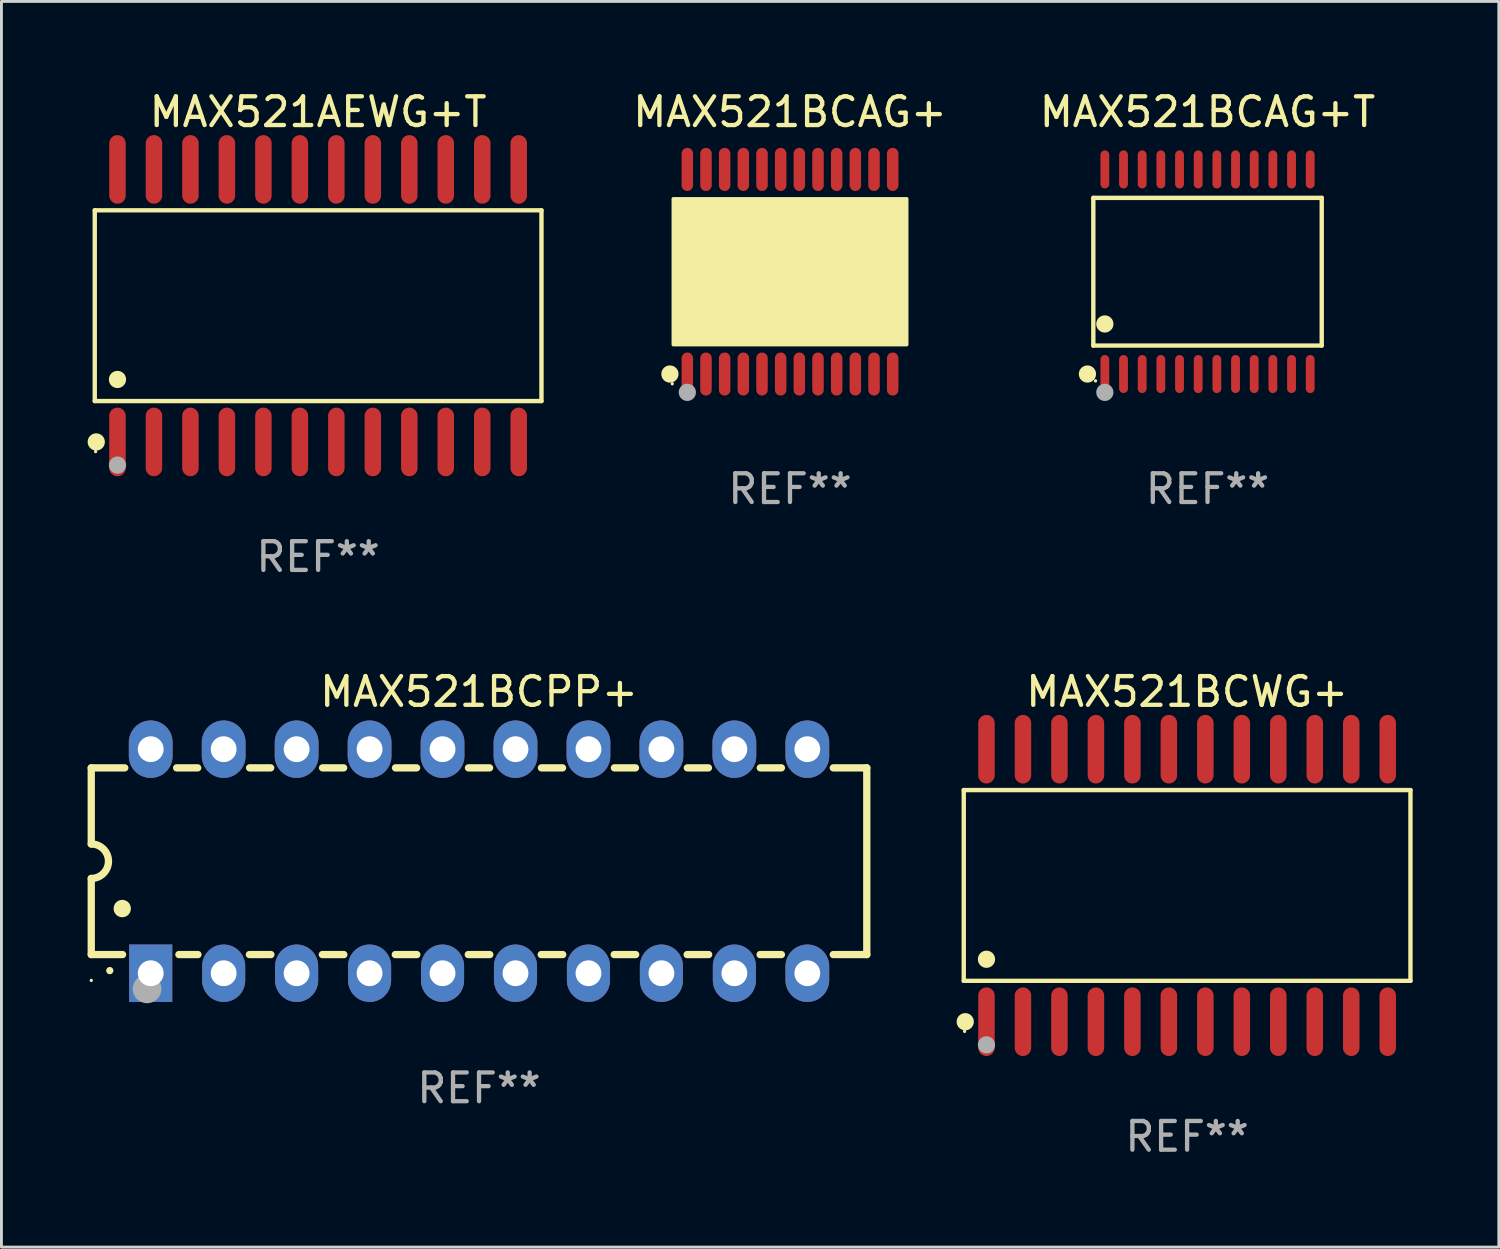
<source format=kicad_pcb>
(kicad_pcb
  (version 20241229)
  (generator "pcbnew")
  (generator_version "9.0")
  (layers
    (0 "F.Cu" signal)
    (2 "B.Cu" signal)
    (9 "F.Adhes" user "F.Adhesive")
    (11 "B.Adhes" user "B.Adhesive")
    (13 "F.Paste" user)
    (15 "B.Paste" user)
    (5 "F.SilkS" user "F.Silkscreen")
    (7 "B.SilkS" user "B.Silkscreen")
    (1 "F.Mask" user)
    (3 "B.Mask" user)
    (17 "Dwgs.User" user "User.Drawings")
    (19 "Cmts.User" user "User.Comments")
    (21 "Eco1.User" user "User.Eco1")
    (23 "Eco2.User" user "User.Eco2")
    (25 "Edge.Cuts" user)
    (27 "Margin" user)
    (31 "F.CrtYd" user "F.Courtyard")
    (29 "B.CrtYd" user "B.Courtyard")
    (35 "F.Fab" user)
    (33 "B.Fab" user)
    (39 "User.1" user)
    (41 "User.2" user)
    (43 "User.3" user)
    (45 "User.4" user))
  (footprint "MAX521AEWG+T"
    (layer "F.Cu")
    (at 8.025 7.592)
    (property "Reference" "MAX521AEWG+T" (at 0 -6.744 0) (layer "F.SilkS") (effects (font (size 1 1) (thickness 0.15))))
    (attr through_hole)
    (fp_line (start -7.776 -3.321) (end 7.776 -3.321) (stroke (width 0.152) (type solid)) (layer "F.SilkS"))
    (fp_line (start -7.776 3.321) (end -7.776 -3.321) (stroke (width 0.152) (type solid)) (layer "F.SilkS"))
    (fp_line (start 7.776 -3.321) (end 7.776 3.321) (stroke (width 0.152) (type solid)) (layer "F.SilkS"))
    (fp_line (start 7.776 3.321) (end -7.776 3.321) (stroke (width 0.152) (type solid)) (layer "F.SilkS"))
    (fp_circle (center -7.747 5.08) (end -7.717 5.08) (stroke (width 0.06) (type solid)) (fill no) (layer "F.SilkS"))
    (fp_circle (center -7.724 4.744) (end -7.574 4.744) (stroke (width 0.3) (type solid)) (fill no) (layer "F.SilkS"))
    (fp_circle (center -6.985 2.569) (end -6.835 2.569) (stroke (width 0.3) (type solid)) (fill no) (layer "F.SilkS"))
    (fp_circle (center -6.985 5.55) (end -6.835 5.55) (stroke (width 0.3) (type solid)) (fill no) (layer "F.Fab"))
    (fp_text user "REF**" (at 0 8.744 0) (layer "F.Fab") (effects (font (size 1 1) (thickness 0.15))))
    (pad "1" smd oval (at -6.985 4.744) (size 0.574 2.388) (layers "F.Cu" "F.Mask" "F.Paste"))
    (pad "2" smd oval (at -5.715 4.744) (size 0.574 2.388) (layers "F.Cu" "F.Mask" "F.Paste"))
    (pad "3" smd oval (at -4.445 4.744) (size 0.574 2.388) (layers "F.Cu" "F.Mask" "F.Paste"))
    (pad "4" smd oval (at -3.175 4.744) (size 0.574 2.388) (layers "F.Cu" "F.Mask" "F.Paste"))
    (pad "5" smd oval (at -1.905 4.744) (size 0.574 2.388) (layers "F.Cu" "F.Mask" "F.Paste"))
    (pad "6" smd oval (at -0.635 4.744) (size 0.574 2.388) (layers "F.Cu" "F.Mask" "F.Paste"))
    (pad "7" smd oval (at 0.635 4.744) (size 0.574 2.388) (layers "F.Cu" "F.Mask" "F.Paste"))
    (pad "8" smd oval (at 1.905 4.744) (size 0.574 2.388) (layers "F.Cu" "F.Mask" "F.Paste"))
    (pad "9" smd oval (at 3.175 4.744) (size 0.574 2.388) (layers "F.Cu" "F.Mask" "F.Paste"))
    (pad "10" smd oval (at 4.445 4.744) (size 0.574 2.388) (layers "F.Cu" "F.Mask" "F.Paste"))
    (pad "11" smd oval (at 5.715 4.744) (size 0.574 2.388) (layers "F.Cu" "F.Mask" "F.Paste"))
    (pad "12" smd oval (at 6.985 4.744) (size 0.574 2.388) (layers "F.Cu" "F.Mask" "F.Paste"))
    (pad "13" smd oval (at 6.985 -4.744) (size 0.574 2.388) (layers "F.Cu" "F.Mask" "F.Paste"))
    (pad "14" smd oval (at 5.715 -4.744) (size 0.574 2.388) (layers "F.Cu" "F.Mask" "F.Paste"))
    (pad "15" smd oval (at 4.445 -4.744) (size 0.574 2.388) (layers "F.Cu" "F.Mask" "F.Paste"))
    (pad "16" smd oval (at 3.175 -4.744) (size 0.574 2.388) (layers "F.Cu" "F.Mask" "F.Paste"))
    (pad "17" smd oval (at 1.905 -4.744) (size 0.574 2.388) (layers "F.Cu" "F.Mask" "F.Paste"))
    (pad "18" smd oval (at 0.635 -4.744) (size 0.574 2.388) (layers "F.Cu" "F.Mask" "F.Paste"))
    (pad "19" smd oval (at -0.635 -4.744) (size 0.574 2.388) (layers "F.Cu" "F.Mask" "F.Paste"))
    (pad "20" smd oval (at -1.905 -4.744) (size 0.574 2.388) (layers "F.Cu" "F.Mask" "F.Paste"))
    (pad "21" smd oval (at -3.175 -4.744) (size 0.574 2.388) (layers "F.Cu" "F.Mask" "F.Paste"))
    (pad "22" smd oval (at -4.445 -4.744) (size 0.574 2.388) (layers "F.Cu" "F.Mask" "F.Paste"))
    (pad "23" smd oval (at -5.715 -4.744) (size 0.574 2.388) (layers "F.Cu" "F.Mask" "F.Paste"))
    (pad "24" smd oval (at -6.985 -4.744) (size 0.574 2.388) (layers "F.Cu" "F.Mask" "F.Paste")))
  (footprint "MAX521BCAG+T"
    (layer "F.Cu")
    (at 38.99 6.41)
    (property "Reference" "MAX521BCAG+T" (at 0 -5.562 0) (layer "F.SilkS") (effects (font (size 1 1) (thickness 0.15))))
    (attr through_hole)
    (fp_line (start -3.976 -2.571) (end 3.976 -2.571) (stroke (width 0.152) (type solid)) (layer "F.SilkS"))
    (fp_line (start -3.976 2.571) (end -3.976 -2.571) (stroke (width 0.152) (type solid)) (layer "F.SilkS"))
    (fp_line (start 3.976 -2.571) (end 3.976 2.571) (stroke (width 0.152) (type solid)) (layer "F.SilkS"))
    (fp_line (start 3.976 2.571) (end -3.976 2.571) (stroke (width 0.152) (type solid)) (layer "F.SilkS"))
    (fp_circle (center -4.181 3.562) (end -4.031 3.562) (stroke (width 0.3) (type solid)) (fill no) (layer "F.SilkS"))
    (fp_circle (center -3.9 3.8) (end -3.87 3.8) (stroke (width 0.06) (type solid)) (fill no) (layer "F.SilkS"))
    (fp_circle (center -3.575 1.819) (end -3.425 1.819) (stroke (width 0.3) (type solid)) (fill no) (layer "F.SilkS"))
    (fp_circle (center -3.575 4.2) (end -3.425 4.2) (stroke (width 0.3) (type solid)) (fill no) (layer "F.Fab"))
    (fp_text user "REF**" (at 0 7.562 0) (layer "F.Fab") (effects (font (size 1 1) (thickness 0.15))))
    (pad "1" smd oval (at -3.575 3.562) (size 0.308 1.324) (layers "F.Cu" "F.Mask" "F.Paste"))
    (pad "2" smd oval (at -2.925 3.562) (size 0.308 1.324) (layers "F.Cu" "F.Mask" "F.Paste"))
    (pad "3" smd oval (at -2.275 3.562) (size 0.308 1.324) (layers "F.Cu" "F.Mask" "F.Paste"))
    (pad "4" smd oval (at -1.625 3.562) (size 0.308 1.324) (layers "F.Cu" "F.Mask" "F.Paste"))
    (pad "5" smd oval (at -0.975 3.562) (size 0.308 1.324) (layers "F.Cu" "F.Mask" "F.Paste"))
    (pad "6" smd oval (at -0.325 3.562) (size 0.308 1.324) (layers "F.Cu" "F.Mask" "F.Paste"))
    (pad "7" smd oval (at 0.325 3.562) (size 0.308 1.324) (layers "F.Cu" "F.Mask" "F.Paste"))
    (pad "8" smd oval (at 0.975 3.562) (size 0.308 1.324) (layers "F.Cu" "F.Mask" "F.Paste"))
    (pad "9" smd oval (at 1.625 3.562) (size 0.308 1.324) (layers "F.Cu" "F.Mask" "F.Paste"))
    (pad "10" smd oval (at 2.275 3.562) (size 0.308 1.324) (layers "F.Cu" "F.Mask" "F.Paste"))
    (pad "11" smd oval (at 2.925 3.562) (size 0.308 1.324) (layers "F.Cu" "F.Mask" "F.Paste"))
    (pad "12" smd oval (at 3.575 3.562) (size 0.308 1.324) (layers "F.Cu" "F.Mask" "F.Paste"))
    (pad "13" smd oval (at 3.575 -3.562) (size 0.308 1.324) (layers "F.Cu" "F.Mask" "F.Paste"))
    (pad "14" smd oval (at 2.925 -3.562) (size 0.308 1.324) (layers "F.Cu" "F.Mask" "F.Paste"))
    (pad "15" smd oval (at 2.275 -3.562) (size 0.308 1.324) (layers "F.Cu" "F.Mask" "F.Paste"))
    (pad "16" smd oval (at 1.625 -3.562) (size 0.308 1.324) (layers "F.Cu" "F.Mask" "F.Paste"))
    (pad "17" smd oval (at 0.975 -3.562) (size 0.308 1.324) (layers "F.Cu" "F.Mask" "F.Paste"))
    (pad "18" smd oval (at 0.325 -3.562) (size 0.308 1.324) (layers "F.Cu" "F.Mask" "F.Paste"))
    (pad "19" smd oval (at -0.325 -3.562) (size 0.308 1.324) (layers "F.Cu" "F.Mask" "F.Paste"))
    (pad "20" smd oval (at -0.975 -3.562) (size 0.308 1.324) (layers "F.Cu" "F.Mask" "F.Paste"))
    (pad "21" smd oval (at -1.625 -3.562) (size 0.308 1.324) (layers "F.Cu" "F.Mask" "F.Paste"))
    (pad "22" smd oval (at -2.275 -3.562) (size 0.308 1.324) (layers "F.Cu" "F.Mask" "F.Paste"))
    (pad "23" smd oval (at -2.925 -3.562) (size 0.308 1.324) (layers "F.Cu" "F.Mask" "F.Paste"))
    (pad "24" smd oval (at -3.575 -3.562) (size 0.308 1.324) (layers "F.Cu" "F.Mask" "F.Paste")))
  (footprint "MAX521BCAG+"
    (layer "F.Cu")
    (at 24.454 6.41)
    (property "Reference" "MAX521BCAG+" (at 0 -5.562 0) (layer "F.SilkS") (effects (font (size 1 1) (thickness 0.15))))
    (attr through_hole)
    (fp_circle (center -4.181 3.562) (end -4.031 3.562) (stroke (width 0.3) (type solid)) (fill no) (layer "F.SilkS"))
    (fp_circle (center -4.1 3.9) (end -4.07 3.9) (stroke (width 0.06) (type solid)) (fill no) (layer "F.SilkS"))
    (fp_circle (center -3.575 1.819) (end -3.425 1.819) (stroke (width 0.3) (type solid)) (fill no) (layer "F.SilkS"))
    (fp_poly (pts (xy -4.064 -2.54) (xy 4.064 -2.54) (xy 4.064 2.54) (xy -4.064 2.54)) (stroke (width 0.12) (type solid)) (fill yes) (layer "F.SilkS"))
    (fp_circle (center -3.575 4.2) (end -3.425 4.2) (stroke (width 0.3) (type solid)) (fill no) (layer "F.Fab"))
    (fp_text user "REF**" (at 0 7.562 0) (layer "F.Fab") (effects (font (size 1 1) (thickness 0.15))))
    (pad "1" smd oval (at -3.575 3.562) (size 0.4 1.5) (layers "F.Cu" "F.Mask" "F.Paste"))
    (pad "2" smd oval (at -2.925 3.562) (size 0.4 1.5) (layers "F.Cu" "F.Mask" "F.Paste"))
    (pad "3" smd oval (at -2.275 3.562) (size 0.4 1.5) (layers "F.Cu" "F.Mask" "F.Paste"))
    (pad "4" smd oval (at -1.625 3.562) (size 0.4 1.5) (layers "F.Cu" "F.Mask" "F.Paste"))
    (pad "5" smd oval (at -0.975 3.562) (size 0.4 1.5) (layers "F.Cu" "F.Mask" "F.Paste"))
    (pad "6" smd oval (at -0.325 3.562) (size 0.4 1.5) (layers "F.Cu" "F.Mask" "F.Paste"))
    (pad "7" smd oval (at 0.325 3.562) (size 0.4 1.5) (layers "F.Cu" "F.Mask" "F.Paste"))
    (pad "8" smd oval (at 0.975 3.562) (size 0.4 1.5) (layers "F.Cu" "F.Mask" "F.Paste"))
    (pad "9" smd oval (at 1.625 3.562) (size 0.4 1.5) (layers "F.Cu" "F.Mask" "F.Paste"))
    (pad "10" smd oval (at 2.275 3.562) (size 0.4 1.5) (layers "F.Cu" "F.Mask" "F.Paste"))
    (pad "11" smd oval (at 2.925 3.562) (size 0.4 1.5) (layers "F.Cu" "F.Mask" "F.Paste"))
    (pad "12" smd oval (at 3.575 3.562) (size 0.4 1.5) (layers "F.Cu" "F.Mask" "F.Paste"))
    (pad "13" smd oval (at 3.575 -3.562) (size 0.4 1.5) (layers "F.Cu" "F.Mask" "F.Paste"))
    (pad "14" smd oval (at 2.925 -3.562) (size 0.4 1.5) (layers "F.Cu" "F.Mask" "F.Paste"))
    (pad "15" smd oval (at 2.275 -3.562) (size 0.4 1.5) (layers "F.Cu" "F.Mask" "F.Paste"))
    (pad "16" smd oval (at 1.625 -3.562) (size 0.4 1.5) (layers "F.Cu" "F.Mask" "F.Paste"))
    (pad "17" smd oval (at 0.975 -3.562) (size 0.4 1.5) (layers "F.Cu" "F.Mask" "F.Paste"))
    (pad "18" smd oval (at 0.325 -3.562) (size 0.4 1.5) (layers "F.Cu" "F.Mask" "F.Paste"))
    (pad "19" smd oval (at -0.325 -3.562) (size 0.4 1.5) (layers "F.Cu" "F.Mask" "F.Paste"))
    (pad "20" smd oval (at -0.975 -3.562) (size 0.4 1.5) (layers "F.Cu" "F.Mask" "F.Paste"))
    (pad "21" smd oval (at -1.625 -3.562) (size 0.4 1.5) (layers "F.Cu" "F.Mask" "F.Paste"))
    (pad "22" smd oval (at -2.275 -3.562) (size 0.4 1.5) (layers "F.Cu" "F.Mask" "F.Paste"))
    (pad "23" smd oval (at -2.925 -3.562) (size 0.4 1.5) (layers "F.Cu" "F.Mask" "F.Paste"))
    (pad "24" smd oval (at -3.575 -3.562) (size 0.4 1.5) (layers "F.Cu" "F.Mask" "F.Paste")))
  (footprint "MAX521BCPP+"
    (layer "F.Cu")
    (at 13.627 26.933)
    (property "Reference" "MAX521BCPP+" (at 0 -5.9 0) (layer "F.SilkS") (effects (font (size 1 1) (thickness 0.15))))
    (attr through_hole)
    (fp_line (start -13.5 -3.25) (end -12.333 -3.25) (stroke (width 0.254) (type solid)) (layer "F.SilkS"))
    (fp_line (start -13.5 -0.6) (end -13.5 -3.25) (stroke (width 0.254) (type solid)) (layer "F.SilkS"))
    (fp_line (start -13.5 3.25) (end -13.5 0.6) (stroke (width 0.254) (type solid)) (layer "F.SilkS"))
    (fp_line (start -13.5 3.25) (end -12.411 3.25) (stroke (width 0.254) (type solid)) (layer "F.SilkS"))
    (fp_line (start -10.527 -3.25) (end -9.793 -3.25) (stroke (width 0.254) (type solid)) (layer "F.SilkS"))
    (fp_line (start -10.449 3.25) (end -9.786 3.25) (stroke (width 0.254) (type solid)) (layer "F.SilkS"))
    (fp_line (start -7.994 3.25) (end -7.246 3.25) (stroke (width 0.254) (type solid)) (layer "F.SilkS"))
    (fp_line (start -7.987 -3.25) (end -7.253 -3.25) (stroke (width 0.254) (type solid)) (layer "F.SilkS"))
    (fp_line (start -5.454 3.25) (end -4.706 3.25) (stroke (width 0.254) (type solid)) (layer "F.SilkS"))
    (fp_line (start -5.447 -3.25) (end -4.713 -3.25) (stroke (width 0.254) (type solid)) (layer "F.SilkS"))
    (fp_line (start -2.914 3.25) (end -2.166 3.25) (stroke (width 0.254) (type solid)) (layer "F.SilkS"))
    (fp_line (start -2.907 -3.25) (end -2.173 -3.25) (stroke (width 0.254) (type solid)) (layer "F.SilkS"))
    (fp_line (start -0.374 3.25) (end 0.374 3.25) (stroke (width 0.254) (type solid)) (layer "F.SilkS"))
    (fp_line (start -0.367 -3.25) (end 0.367 -3.25) (stroke (width 0.254) (type solid)) (layer "F.SilkS"))
    (fp_line (start 2.166 3.25) (end 2.914 3.25) (stroke (width 0.254) (type solid)) (layer "F.SilkS"))
    (fp_line (start 2.173 -3.25) (end 2.907 -3.25) (stroke (width 0.254) (type solid)) (layer "F.SilkS"))
    (fp_line (start 4.706 3.25) (end 5.454 3.25) (stroke (width 0.254) (type solid)) (layer "F.SilkS"))
    (fp_line (start 4.713 -3.25) (end 5.447 -3.25) (stroke (width 0.254) (type solid)) (layer "F.SilkS"))
    (fp_line (start 7.246 3.25) (end 7.994 3.25) (stroke (width 0.254) (type solid)) (layer "F.SilkS"))
    (fp_line (start 7.253 -3.25) (end 7.987 -3.25) (stroke (width 0.254) (type solid)) (layer "F.SilkS"))
    (fp_line (start 9.786 3.25) (end 10.527 3.25) (stroke (width 0.254) (type solid)) (layer "F.SilkS"))
    (fp_line (start 9.793 -3.25) (end 10.527 -3.25) (stroke (width 0.254) (type solid)) (layer "F.SilkS"))
    (fp_line (start 12.333 -3.25) (end 13.5 -3.25) (stroke (width 0.254) (type solid)) (layer "F.SilkS"))
    (fp_line (start 12.333 3.25) (end 13.5 3.25) (stroke (width 0.254) (type solid)) (layer "F.SilkS"))
    (fp_line (start 13.5 -3.25) (end 13.5 3.25) (stroke (width 0.254) (type solid)) (layer "F.SilkS"))
    (fp_arc (start -13.500127 -0.599442) (mid -12.900406 0.000228) (end -13.500025 0.6) (stroke (width 0.254001) (type solid)) (layer "F.SilkS"))
    (fp_arc (start -12.854966 3.810008) (mid -12.854973 3.808738) (end -12.854966 3.807468) (stroke (width 0.25) (type solid)) (layer "F.SilkS"))
    (fp_arc (start -12.420625 1.651003) (mid -12.420636 1.648463) (end -12.420625 1.645923) (stroke (width 0.6) (type solid)) (layer "F.SilkS"))
    (fp_circle (center -13.5 4.15) (end -13.47 4.15) (stroke (width 0.06) (type solid)) (fill no) (layer "F.SilkS"))
    (fp_circle (center -11.557 4.445) (end -11.307 4.445) (stroke (width 0.5) (type solid)) (fill no) (layer "F.Fab"))
    (fp_text user "REF**" (at 0 7.9 0) (layer "F.Fab") (effects (font (size 1 1) (thickness 0.15))))
    (pad "1" thru_hole rect (at -11.43 3.9 90) (size 2 1.5) (drill 0.9) (layers "*.Cu" "*.Mask"))
    (pad "2" thru_hole oval (at -8.89 3.9 90) (size 2 1.5) (drill 0.9) (layers "*.Cu" "*.Mask"))
    (pad "3" thru_hole oval (at -6.35 3.9 90) (size 2 1.5) (drill 0.9) (layers "*.Cu" "*.Mask"))
    (pad "4" thru_hole oval (at -3.81 3.9 90) (size 2 1.5) (drill 0.9) (layers "*.Cu" "*.Mask"))
    (pad "5" thru_hole oval (at -1.27 3.9 90) (size 2 1.5) (drill 0.9) (layers "*.Cu" "*.Mask"))
    (pad "6" thru_hole oval (at 1.27 3.9 90) (size 2 1.5) (drill 0.9) (layers "*.Cu" "*.Mask"))
    (pad "7" thru_hole oval (at 3.81 3.9 90) (size 2 1.5) (drill 0.9) (layers "*.Cu" "*.Mask"))
    (pad "8" thru_hole oval (at 6.35 3.9 90) (size 2 1.5) (drill 0.9) (layers "*.Cu" "*.Mask"))
    (pad "9" thru_hole oval (at 8.89 3.9 90) (size 2 1.5) (drill 0.9) (layers "*.Cu" "*.Mask"))
    (pad "10" thru_hole oval (at 11.43 3.9 90) (size 2 1.524) (drill 0.9) (layers "*.Cu" "*.Mask"))
    (pad "11" thru_hole oval (at 11.43 -3.9 90) (size 2 1.524) (drill 0.9) (layers "*.Cu" "*.Mask"))
    (pad "12" thru_hole oval (at 8.89 -3.9 90) (size 2 1.524) (drill 0.9) (layers "*.Cu" "*.Mask"))
    (pad "13" thru_hole oval (at 6.35 -3.9 90) (size 2 1.524) (drill 0.9) (layers "*.Cu" "*.Mask"))
    (pad "14" thru_hole oval (at 3.81 -3.9 90) (size 2 1.524) (drill 0.9) (layers "*.Cu" "*.Mask"))
    (pad "15" thru_hole oval (at 1.27 -3.9 90) (size 2 1.524) (drill 0.9) (layers "*.Cu" "*.Mask"))
    (pad "16" thru_hole oval (at -1.27 -3.9 90) (size 2 1.524) (drill 0.9) (layers "*.Cu" "*.Mask"))
    (pad "17" thru_hole oval (at -3.81 -3.9 90) (size 2 1.524) (drill 0.9) (layers "*.Cu" "*.Mask"))
    (pad "18" thru_hole oval (at -6.35 -3.9 90) (size 2 1.524) (drill 0.9) (layers "*.Cu" "*.Mask"))
    (pad "19" thru_hole oval (at -8.89 -3.9 90) (size 2 1.524) (drill 0.9) (layers "*.Cu" "*.Mask"))
    (pad "20" thru_hole oval (at -11.43 -3.9 90) (size 2 1.524) (drill 0.9) (layers "*.Cu" "*.Mask")))
  (footprint "MAX521BCWG+"
    (layer "F.Cu")
    (at 38.279 27.777)
    (property "Reference" "MAX521BCWG+" (at 0 -6.744 0) (layer "F.SilkS") (effects (font (size 1 1) (thickness 0.15))))
    (attr through_hole)
    (fp_line (start -7.776 -3.321) (end 7.776 -3.321) (stroke (width 0.152) (type solid)) (layer "F.SilkS"))
    (fp_line (start -7.776 3.321) (end -7.776 -3.321) (stroke (width 0.152) (type solid)) (layer "F.SilkS"))
    (fp_line (start 7.776 -3.321) (end 7.776 3.321) (stroke (width 0.152) (type solid)) (layer "F.SilkS"))
    (fp_line (start 7.776 3.321) (end -7.776 3.321) (stroke (width 0.152) (type solid)) (layer "F.SilkS"))
    (fp_circle (center -7.747 5.08) (end -7.717 5.08) (stroke (width 0.06) (type solid)) (fill no) (layer "F.SilkS"))
    (fp_circle (center -7.724 4.744) (end -7.574 4.744) (stroke (width 0.3) (type solid)) (fill no) (layer "F.SilkS"))
    (fp_circle (center -6.985 2.569) (end -6.835 2.569) (stroke (width 0.3) (type solid)) (fill no) (layer "F.SilkS"))
    (fp_circle (center -6.985 5.55) (end -6.835 5.55) (stroke (width 0.3) (type solid)) (fill no) (layer "F.Fab"))
    (fp_text user "REF**" (at 0 8.744 0) (layer "F.Fab") (effects (font (size 1 1) (thickness 0.15))))
    (pad "1" smd oval (at -6.985 4.744) (size 0.574 2.388) (layers "F.Cu" "F.Mask" "F.Paste"))
    (pad "2" smd oval (at -5.715 4.744) (size 0.574 2.388) (layers "F.Cu" "F.Mask" "F.Paste"))
    (pad "3" smd oval (at -4.445 4.744) (size 0.574 2.388) (layers "F.Cu" "F.Mask" "F.Paste"))
    (pad "4" smd oval (at -3.175 4.744) (size 0.574 2.388) (layers "F.Cu" "F.Mask" "F.Paste"))
    (pad "5" smd oval (at -1.905 4.744) (size 0.574 2.388) (layers "F.Cu" "F.Mask" "F.Paste"))
    (pad "6" smd oval (at -0.635 4.744) (size 0.574 2.388) (layers "F.Cu" "F.Mask" "F.Paste"))
    (pad "7" smd oval (at 0.635 4.744) (size 0.574 2.388) (layers "F.Cu" "F.Mask" "F.Paste"))
    (pad "8" smd oval (at 1.905 4.744) (size 0.574 2.388) (layers "F.Cu" "F.Mask" "F.Paste"))
    (pad "9" smd oval (at 3.175 4.744) (size 0.574 2.388) (layers "F.Cu" "F.Mask" "F.Paste"))
    (pad "10" smd oval (at 4.445 4.744) (size 0.574 2.388) (layers "F.Cu" "F.Mask" "F.Paste"))
    (pad "11" smd oval (at 5.715 4.744) (size 0.574 2.388) (layers "F.Cu" "F.Mask" "F.Paste"))
    (pad "12" smd oval (at 6.985 4.744) (size 0.574 2.388) (layers "F.Cu" "F.Mask" "F.Paste"))
    (pad "13" smd oval (at 6.985 -4.744) (size 0.574 2.388) (layers "F.Cu" "F.Mask" "F.Paste"))
    (pad "14" smd oval (at 5.715 -4.744) (size 0.574 2.388) (layers "F.Cu" "F.Mask" "F.Paste"))
    (pad "15" smd oval (at 4.445 -4.744) (size 0.574 2.388) (layers "F.Cu" "F.Mask" "F.Paste"))
    (pad "16" smd oval (at 3.175 -4.744) (size 0.574 2.388) (layers "F.Cu" "F.Mask" "F.Paste"))
    (pad "17" smd oval (at 1.905 -4.744) (size 0.574 2.388) (layers "F.Cu" "F.Mask" "F.Paste"))
    (pad "18" smd oval (at 0.635 -4.744) (size 0.574 2.388) (layers "F.Cu" "F.Mask" "F.Paste"))
    (pad "19" smd oval (at -0.635 -4.744) (size 0.574 2.388) (layers "F.Cu" "F.Mask" "F.Paste"))
    (pad "20" smd oval (at -1.905 -4.744) (size 0.574 2.388) (layers "F.Cu" "F.Mask" "F.Paste"))
    (pad "21" smd oval (at -3.175 -4.744) (size 0.574 2.388) (layers "F.Cu" "F.Mask" "F.Paste"))
    (pad "22" smd oval (at -4.445 -4.744) (size 0.574 2.388) (layers "F.Cu" "F.Mask" "F.Paste"))
    (pad "23" smd oval (at -5.715 -4.744) (size 0.574 2.388) (layers "F.Cu" "F.Mask" "F.Paste"))
    (pad "24" smd oval (at -6.985 -4.744) (size 0.574 2.388) (layers "F.Cu" "F.Mask" "F.Paste")))
  (gr_rect
    (start -3 -3)
    (end 49.131 40.369)
    (stroke (width 0.1) (type default))
    (fill no)
    (layer "Edge.Cuts")))
</source>
